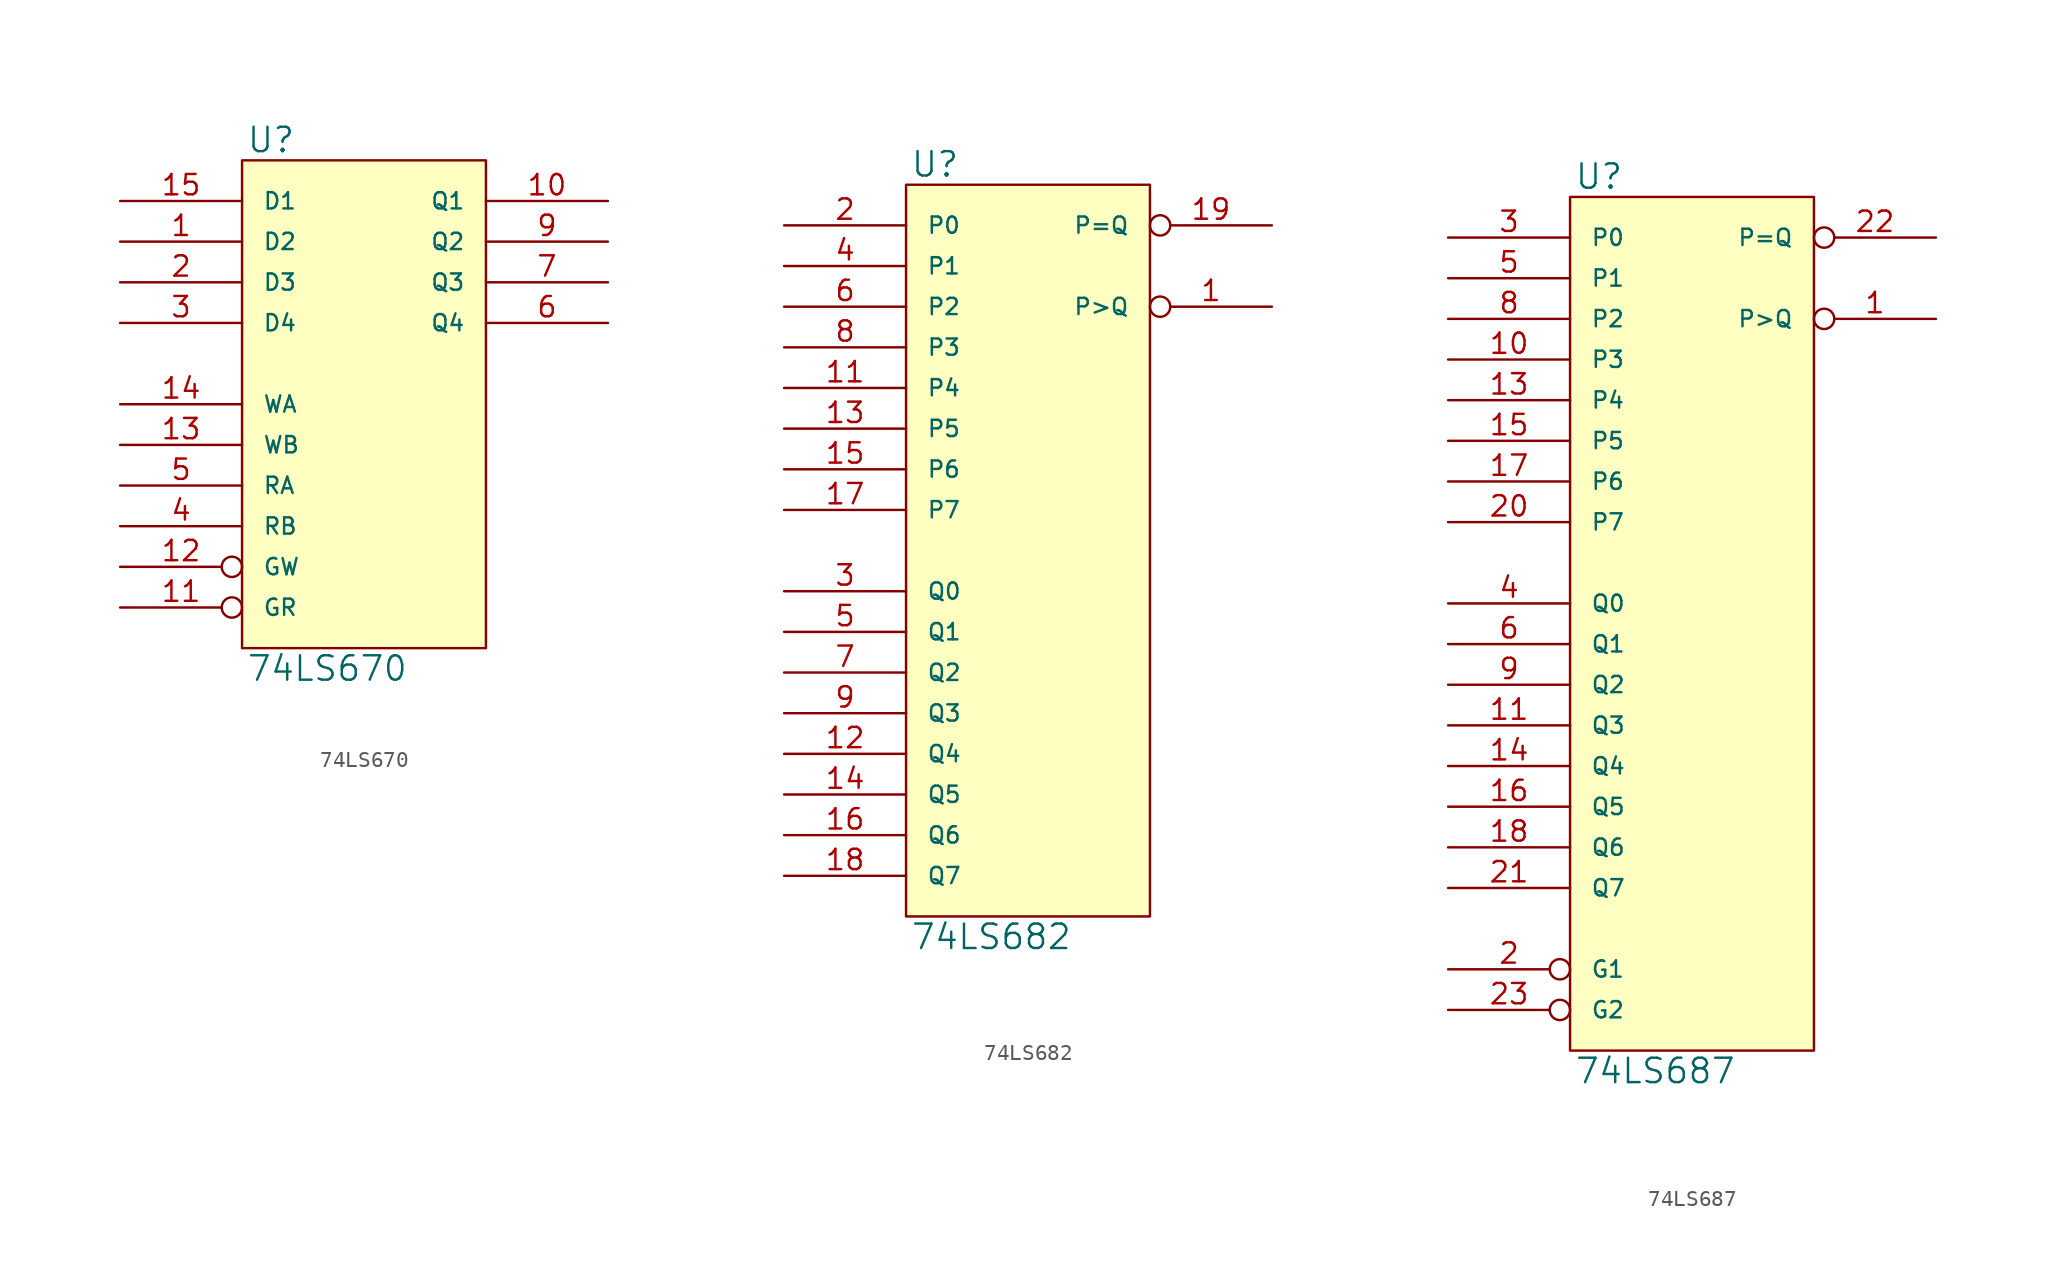
<source format=kicad_sym>
(kicad_symbol_lib
  (version 20231120)
  (generator "kicad_symbol_editor")
  (generator_version "8.0")
  (symbol "74LS670"
    (pin_names
      (offset 1.27))
    (property "Reference" "U"
      (at 0.254 0.381 0)
      (effects (font (size 1.524 1.524)) (justify left bottom)))
    (property "Value" "74LS670"
      (at 0.254 -30.861 0)
      (effects (font (size 1.524 1.524)) (justify left top)))
    (symbol "74LS670_0_1"
      (rectangle (start 0 0) (end 15.24 -30.48) (stroke (width 0) (type solid)) (fill (type background))))
    (symbol "74LS670_1_1"
      (pin input line (at -7.62 -5.08 0) (length 7.62) (name "D2" (effects (font (size 1.016 1.016)))) (number "1" (effects (font (size 1.27 1.27)))))
      (pin tri_state line (at 22.86 -2.54 180) (length 7.62) (name "Q1" (effects (font (size 1.016 1.016)))) (number "10" (effects (font (size 1.27 1.27)))))
      (pin input inverted (at -7.62 -27.94 0) (length 7.62) (name "GR" (effects (font (size 1.016 1.016)))) (number "11" (effects (font (size 1.27 1.27)))))
      (pin input inverted (at -7.62 -25.4 0) (length 7.62) (name "GW" (effects (font (size 1.016 1.016)))) (number "12" (effects (font (size 1.27 1.27)))))
      (pin input line (at -7.62 -17.78 0) (length 7.62) (name "WB" (effects (font (size 1.016 1.016)))) (number "13" (effects (font (size 1.27 1.27)))))
      (pin input line (at -7.62 -15.24 0) (length 7.62) (name "WA" (effects (font (size 1.016 1.016)))) (number "14" (effects (font (size 1.27 1.27)))))
      (pin input line (at -7.62 -2.54 0) (length 7.62) (name "D1" (effects (font (size 1.016 1.016)))) (number "15" (effects (font (size 1.27 1.27)))))
      (pin power_in line (at 0 0 270) (length 0) hide (name "VCC" (effects (font (size 1.016 1.016)))) (number "16" (effects (font (size 1.27 1.27)))))
      (pin input line (at -7.62 -7.62 0) (length 7.62) (name "D3" (effects (font (size 1.016 1.016)))) (number "2" (effects (font (size 1.27 1.27)))))
      (pin input line (at -7.62 -10.16 0) (length 7.62) (name "D4" (effects (font (size 1.016 1.016)))) (number "3" (effects (font (size 1.27 1.27)))))
      (pin input line (at -7.62 -22.86 0) (length 7.62) (name "RB" (effects (font (size 1.016 1.016)))) (number "4" (effects (font (size 1.27 1.27)))))
      (pin input line (at -7.62 -20.32 0) (length 7.62) (name "RA" (effects (font (size 1.016 1.016)))) (number "5" (effects (font (size 1.27 1.27)))))
      (pin tri_state line (at 22.86 -10.16 180) (length 7.62) (name "Q4" (effects (font (size 1.016 1.016)))) (number "6" (effects (font (size 1.27 1.27)))))
      (pin tri_state line (at 22.86 -7.62 180) (length 7.62) (name "Q3" (effects (font (size 1.016 1.016)))) (number "7" (effects (font (size 1.27 1.27)))))
      (pin power_in line (at 0 -30.48 90) (length 0) hide (name "GND" (effects (font (size 1.016 1.016)))) (number "8" (effects (font (size 1.27 1.27)))))
      (pin tri_state line (at 22.86 -5.08 180) (length 7.62) (name "Q2" (effects (font (size 1.016 1.016)))) (number "9" (effects (font (size 1.27 1.27)))))))
  (symbol "74LS682"
    (pin_names
      (offset 1.27))
    (property "Reference" "U"
      (at 0.254 0.381 0)
      (effects (font (size 1.524 1.524)) (justify left bottom)))
    (property "Value" "74LS682"
      (at 0.254 -46.101 0)
      (effects (font (size 1.524 1.524)) (justify left top)))
    (symbol "74LS682_0_1"
      (rectangle (start 0 0) (end 15.24 -45.72) (stroke (width 0) (type solid)) (fill (type background))))
    (symbol "74LS682_1_1"
      (pin output inverted (at 22.86 -7.62 180) (length 7.62) (name "P>Q" (effects (font (size 1.016 1.016)))) (number "1" (effects (font (size 1.27 1.27)))))
      (pin power_in line (at 0 -45.72 90) (length 0) hide (name "GND" (effects (font (size 1.016 1.016)))) (number "10" (effects (font (size 1.27 1.27)))))
      (pin input line (at -7.62 -12.7 0) (length 7.62) (name "P4" (effects (font (size 1.016 1.016)))) (number "11" (effects (font (size 1.27 1.27)))))
      (pin input line (at -7.62 -35.56 0) (length 7.62) (name "Q4" (effects (font (size 1.016 1.016)))) (number "12" (effects (font (size 1.27 1.27)))))
      (pin input line (at -7.62 -15.24 0) (length 7.62) (name "P5" (effects (font (size 1.016 1.016)))) (number "13" (effects (font (size 1.27 1.27)))))
      (pin input line (at -7.62 -38.1 0) (length 7.62) (name "Q5" (effects (font (size 1.016 1.016)))) (number "14" (effects (font (size 1.27 1.27)))))
      (pin input line (at -7.62 -17.78 0) (length 7.62) (name "P6" (effects (font (size 1.016 1.016)))) (number "15" (effects (font (size 1.27 1.27)))))
      (pin input line (at -7.62 -40.64 0) (length 7.62) (name "Q6" (effects (font (size 1.016 1.016)))) (number "16" (effects (font (size 1.27 1.27)))))
      (pin input line (at -7.62 -20.32 0) (length 7.62) (name "P7" (effects (font (size 1.016 1.016)))) (number "17" (effects (font (size 1.27 1.27)))))
      (pin input line (at -7.62 -43.18 0) (length 7.62) (name "Q7" (effects (font (size 1.016 1.016)))) (number "18" (effects (font (size 1.27 1.27)))))
      (pin output inverted (at 22.86 -2.54 180) (length 7.62) (name "P=Q" (effects (font (size 1.016 1.016)))) (number "19" (effects (font (size 1.27 1.27)))))
      (pin input line (at -7.62 -2.54 0) (length 7.62) (name "P0" (effects (font (size 1.016 1.016)))) (number "2" (effects (font (size 1.27 1.27)))))
      (pin power_in line (at 0 0 270) (length 0) hide (name "VCC" (effects (font (size 1.016 1.016)))) (number "20" (effects (font (size 1.27 1.27)))))
      (pin input line (at -7.62 -25.4 0) (length 7.62) (name "Q0" (effects (font (size 1.016 1.016)))) (number "3" (effects (font (size 1.27 1.27)))))
      (pin input line (at -7.62 -5.08 0) (length 7.62) (name "P1" (effects (font (size 1.016 1.016)))) (number "4" (effects (font (size 1.27 1.27)))))
      (pin input line (at -7.62 -27.94 0) (length 7.62) (name "Q1" (effects (font (size 1.016 1.016)))) (number "5" (effects (font (size 1.27 1.27)))))
      (pin input line (at -7.62 -7.62 0) (length 7.62) (name "P2" (effects (font (size 1.016 1.016)))) (number "6" (effects (font (size 1.27 1.27)))))
      (pin input line (at -7.62 -30.48 0) (length 7.62) (name "Q2" (effects (font (size 1.016 1.016)))) (number "7" (effects (font (size 1.27 1.27)))))
      (pin input line (at -7.62 -10.16 0) (length 7.62) (name "P3" (effects (font (size 1.016 1.016)))) (number "8" (effects (font (size 1.27 1.27)))))
      (pin input line (at -7.62 -33.02 0) (length 7.62) (name "Q3" (effects (font (size 1.016 1.016)))) (number "9" (effects (font (size 1.27 1.27)))))))
  (symbol "74LS687"
    (pin_names
      (offset 1.27))
    (property "Reference" "U"
      (at 0.254 0.381 0)
      (effects (font (size 1.524 1.524)) (justify left bottom)))
    (property "Value" "74LS687"
      (at 0.254 -53.721 0)
      (effects (font (size 1.524 1.524)) (justify left top)))
    (symbol "74LS687_0_1"
      (rectangle (start 0 0) (end 15.24 -53.34) (stroke (width 0) (type solid)) (fill (type background))))
    (symbol "74LS687_1_1"
      (pin open_collector inverted (at 22.86 -7.62 180) (length 7.62) (name "P>Q" (effects (font (size 1.016 1.016)))) (number "1" (effects (font (size 1.27 1.27)))))
      (pin input line (at -7.62 -10.16 0) (length 7.62) (name "P3" (effects (font (size 1.016 1.016)))) (number "10" (effects (font (size 1.27 1.27)))))
      (pin input line (at -7.62 -33.02 0) (length 7.62) (name "Q3" (effects (font (size 1.016 1.016)))) (number "11" (effects (font (size 1.27 1.27)))))
      (pin power_in line (at 0 -53.34 90) (length 0) hide (name "GND" (effects (font (size 1.016 1.016)))) (number "12" (effects (font (size 1.27 1.27)))))
      (pin input line (at -7.62 -12.7 0) (length 7.62) (name "P4" (effects (font (size 1.016 1.016)))) (number "13" (effects (font (size 1.27 1.27)))))
      (pin input line (at -7.62 -35.56 0) (length 7.62) (name "Q4" (effects (font (size 1.016 1.016)))) (number "14" (effects (font (size 1.27 1.27)))))
      (pin input line (at -7.62 -15.24 0) (length 7.62) (name "P5" (effects (font (size 1.016 1.016)))) (number "15" (effects (font (size 1.27 1.27)))))
      (pin input line (at -7.62 -38.1 0) (length 7.62) (name "Q5" (effects (font (size 1.016 1.016)))) (number "16" (effects (font (size 1.27 1.27)))))
      (pin input line (at -7.62 -17.78 0) (length 7.62) (name "P6" (effects (font (size 1.016 1.016)))) (number "17" (effects (font (size 1.27 1.27)))))
      (pin input line (at -7.62 -40.64 0) (length 7.62) (name "Q6" (effects (font (size 1.016 1.016)))) (number "18" (effects (font (size 1.27 1.27)))))
      (pin input inverted (at -7.62 -48.26 0) (length 7.62) (name "G1" (effects (font (size 1.016 1.016)))) (number "2" (effects (font (size 1.27 1.27)))))
      (pin input line (at -7.62 -20.32 0) (length 7.62) (name "P7" (effects (font (size 1.016 1.016)))) (number "20" (effects (font (size 1.27 1.27)))))
      (pin input line (at -7.62 -43.18 0) (length 7.62) (name "Q7" (effects (font (size 1.016 1.016)))) (number "21" (effects (font (size 1.27 1.27)))))
      (pin open_collector inverted (at 22.86 -2.54 180) (length 7.62) (name "P=Q" (effects (font (size 1.016 1.016)))) (number "22" (effects (font (size 1.27 1.27)))))
      (pin input inverted (at -7.62 -50.8 0) (length 7.62) (name "G2" (effects (font (size 1.016 1.016)))) (number "23" (effects (font (size 1.27 1.27)))))
      (pin power_in line (at 0 0 270) (length 0) hide (name "VCC" (effects (font (size 1.016 1.016)))) (number "24" (effects (font (size 1.27 1.27)))))
      (pin input line (at -7.62 -2.54 0) (length 7.62) (name "P0" (effects (font (size 1.016 1.016)))) (number "3" (effects (font (size 1.27 1.27)))))
      (pin input line (at -7.62 -25.4 0) (length 7.62) (name "Q0" (effects (font (size 1.016 1.016)))) (number "4" (effects (font (size 1.27 1.27)))))
      (pin input line (at -7.62 -5.08 0) (length 7.62) (name "P1" (effects (font (size 1.016 1.016)))) (number "5" (effects (font (size 1.27 1.27)))))
      (pin input line (at -7.62 -27.94 0) (length 7.62) (name "Q1" (effects (font (size 1.016 1.016)))) (number "6" (effects (font (size 1.27 1.27)))))
      (pin input line (at -7.62 -7.62 0) (length 7.62) (name "P2" (effects (font (size 1.016 1.016)))) (number "8" (effects (font (size 1.27 1.27)))))
      (pin input line (at -7.62 -30.48 0) (length 7.62) (name "Q2" (effects (font (size 1.016 1.016)))) (number "9" (effects (font (size 1.27 1.27))))))))
</source>
